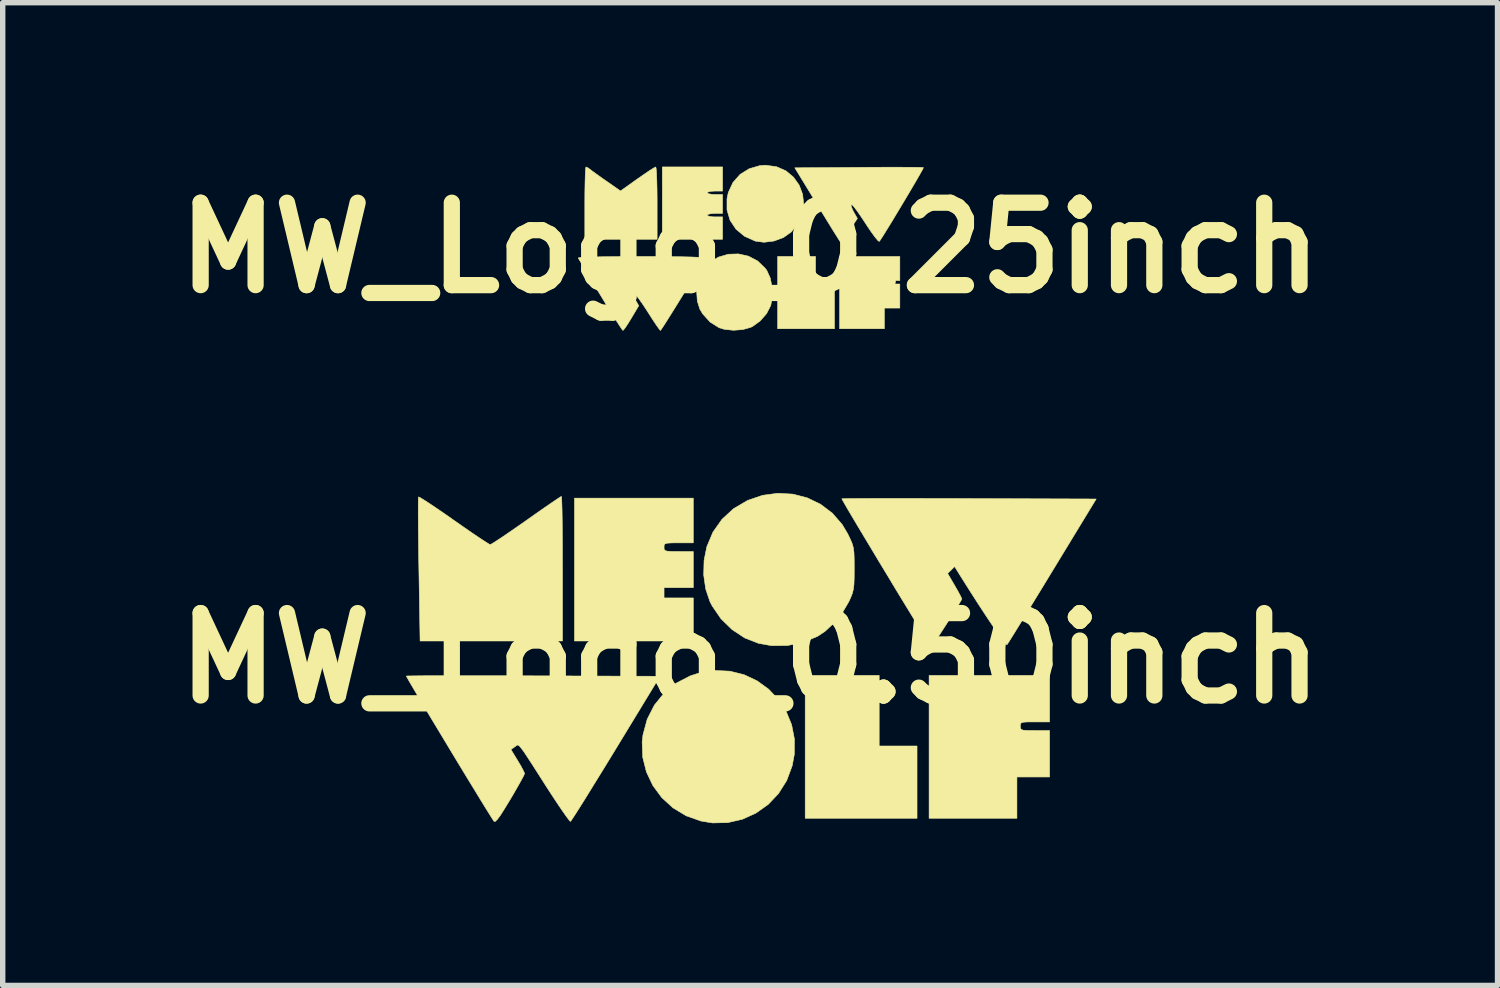
<source format=kicad_pcb>
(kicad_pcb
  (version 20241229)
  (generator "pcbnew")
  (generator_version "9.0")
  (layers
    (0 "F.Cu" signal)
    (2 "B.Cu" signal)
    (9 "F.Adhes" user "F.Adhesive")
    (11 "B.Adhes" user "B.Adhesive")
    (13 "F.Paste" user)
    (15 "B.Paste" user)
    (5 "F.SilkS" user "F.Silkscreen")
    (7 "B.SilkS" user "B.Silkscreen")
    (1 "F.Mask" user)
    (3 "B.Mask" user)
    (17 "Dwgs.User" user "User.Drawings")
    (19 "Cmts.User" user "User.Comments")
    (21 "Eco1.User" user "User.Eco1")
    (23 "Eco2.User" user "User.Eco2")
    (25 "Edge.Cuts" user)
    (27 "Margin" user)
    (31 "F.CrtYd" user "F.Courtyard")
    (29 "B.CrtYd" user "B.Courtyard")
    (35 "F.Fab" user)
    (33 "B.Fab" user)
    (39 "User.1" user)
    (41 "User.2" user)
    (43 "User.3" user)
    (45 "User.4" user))
  (footprint "MW_Logo_0.50inch"
    (layer "F.Cu")
    (at 10.82 9.121)
    (property "Reference" "MW_Logo_0.50inch" (at 0 0 0) (layer "F.SilkS") (effects (font (size 1.524 1.524) (thickness 0.3))))
    (attr through_hole)
    (fp_poly (pts (xy 2.387 1.623) (xy 3.087 1.623) (xy 3.087 2.96) (xy 1.019 2.96) (xy 1.019 0.318) (xy 2.387 0.318) (xy 2.387 1.623)) (stroke (width 0.01) (type solid)) (fill yes) (layer "F.SilkS"))
    (fp_poly (pts (xy 5.538 1.178) (xy 5.268 1.178) (xy 5.137 1.178) (xy 5.057 1.183) (xy 5.015 1.195) (xy 5 1.219) (xy 4.997 1.257) (xy 5 1.296) (xy 5.016 1.319) (xy 5.057 1.332) (xy 5.138 1.336) (xy 5.268 1.337) (xy 5.538 1.337) (xy 5.538 2.196) (xy 4.934 2.196) (xy 4.934 2.96) (xy 3.31 2.96) (xy 3.31 0.318) (xy 5.538 0.318) (xy 5.538 1.178)) (stroke (width 0.01) (type solid)) (fill yes) (layer "F.SilkS"))
    (fp_poly (pts (xy -1.05 -2.133) (xy -1.321 -2.133) (xy -1.452 -2.132) (xy -1.532 -2.127) (xy -1.573 -2.115) (xy -1.589 -2.091) (xy -1.591 -2.053) (xy -1.589 -2.014) (xy -1.573 -1.991) (xy -1.531 -1.979) (xy -1.451 -1.974) (xy -1.321 -1.973) (xy -1.05 -1.973) (xy -1.05 -1.305) (xy -1.591 -1.305) (xy -1.591 -1.114) (xy -1.05 -1.114) (xy -1.05 -0.318) (xy -3.247 -0.318) (xy -3.247 -2.96) (xy -1.05 -2.96) (xy -1.05 -2.133)) (stroke (width 0.01) (type solid)) (fill yes) (layer "F.SilkS"))
    (fp_poly (pts (xy -0.373 0.24) (xy -0.111 0.305) (xy 0.129 0.418) (xy 0.342 0.572) (xy 0.524 0.763) (xy 0.667 0.984) (xy 0.768 1.23) (xy 0.82 1.497) (xy 0.818 1.777) (xy 0.779 1.988) (xy 0.677 2.262) (xy 0.526 2.502) (xy 0.335 2.704) (xy 0.109 2.864) (xy -0.142 2.978) (xy -0.413 3.04) (xy -0.695 3.046) (xy -0.908 3.011) (xy -1.183 2.914) (xy -1.426 2.767) (xy -1.633 2.578) (xy -1.798 2.354) (xy -1.917 2.103) (xy -1.985 1.833) (xy -1.996 1.549) (xy -1.98 1.415) (xy -1.902 1.127) (xy -1.77 0.868) (xy -1.589 0.644) (xy -1.367 0.462) (xy -1.107 0.327) (xy -0.938 0.272) (xy -0.65 0.227) (xy -0.373 0.24)) (stroke (width 0.01) (type solid)) (fill yes) (layer "F.SilkS"))
    (fp_poly (pts (xy -3.485 -2.961) (xy -3.481 -2.873) (xy -3.477 -2.735) (xy -3.474 -2.553) (xy -3.472 -2.333) (xy -3.47 -2.083) (xy -3.47 -1.808) (xy -3.469 -1.655) (xy -3.469 -0.318) (xy -6.102 -0.318) (xy -6.124 -1.642) (xy -6.129 -1.927) (xy -6.132 -2.191) (xy -6.135 -2.428) (xy -6.136 -2.631) (xy -6.136 -2.795) (xy -6.135 -2.911) (xy -6.133 -2.974) (xy -6.131 -2.983) (xy -6.102 -2.97) (xy -6.028 -2.925) (xy -5.916 -2.852) (xy -5.775 -2.757) (xy -5.61 -2.644) (xy -5.477 -2.55) (xy -5.299 -2.426) (xy -5.137 -2.314) (xy -4.999 -2.221) (xy -4.893 -2.152) (xy -4.826 -2.11) (xy -4.805 -2.101) (xy -4.771 -2.118) (xy -4.692 -2.168) (xy -4.577 -2.244) (xy -4.432 -2.343) (xy -4.266 -2.458) (xy -4.14 -2.546) (xy -3.964 -2.67) (xy -3.805 -2.781) (xy -3.671 -2.873) (xy -3.569 -2.942) (xy -3.506 -2.983) (xy -3.489 -2.992) (xy -3.485 -2.961)) (stroke (width 0.01) (type solid)) (fill yes) (layer "F.SilkS"))
    (fp_poly (pts (xy 0.792 -3.034) (xy 1.058 -2.965) (xy 1.304 -2.846) (xy 1.522 -2.681) (xy 1.704 -2.471) (xy 1.806 -2.299) (xy 1.855 -2.197) (xy 1.889 -2.116) (xy 1.91 -2.04) (xy 1.921 -1.953) (xy 1.925 -1.837) (xy 1.926 -1.676) (xy 1.926 -1.657) (xy 1.925 -1.488) (xy 1.921 -1.366) (xy 1.91 -1.276) (xy 1.891 -1.199) (xy 1.86 -1.12) (xy 1.824 -1.042) (xy 1.706 -0.841) (xy 1.554 -0.653) (xy 1.384 -0.495) (xy 1.247 -0.404) (xy 0.98 -0.293) (xy 0.692 -0.235) (xy 0.398 -0.232) (xy 0.159 -0.274) (xy -0.098 -0.374) (xy -0.333 -0.529) (xy -0.538 -0.729) (xy -0.701 -0.967) (xy -0.742 -1.046) (xy -0.821 -1.28) (xy -0.858 -1.541) (xy -0.851 -1.81) (xy -0.8 -2.062) (xy -0.686 -2.333) (xy -0.519 -2.569) (xy -0.306 -2.765) (xy -0.049 -2.916) (xy -0.048 -2.917) (xy 0.231 -3.012) (xy 0.513 -3.05) (xy 0.792 -3.034)) (stroke (width 0.01) (type solid)) (fill yes) (layer "F.SilkS"))
    (fp_poly (pts (xy 2.984 -2.955) (xy 3.323 -2.954) (xy 3.685 -2.954) (xy 4.054 -2.952) (xy 6.4 -2.944) (xy 5.588 -1.61) (xy 5.427 -1.345) (xy 5.275 -1.097) (xy 5.136 -0.87) (xy 5.014 -0.671) (xy 4.911 -0.504) (xy 4.83 -0.374) (xy 4.776 -0.288) (xy 4.751 -0.25) (xy 4.75 -0.249) (xy 4.726 -0.267) (xy 4.672 -0.334) (xy 4.593 -0.444) (xy 4.491 -0.592) (xy 4.371 -0.771) (xy 4.236 -0.977) (xy 4.09 -1.204) (xy 3.937 -1.446) (xy 3.868 -1.556) (xy 3.782 -1.695) (xy 3.718 -1.631) (xy 3.653 -1.567) (xy 3.784 -1.343) (xy 3.845 -1.236) (xy 3.891 -1.15) (xy 3.914 -1.101) (xy 3.915 -1.095) (xy 3.899 -1.063) (xy 3.855 -0.989) (xy 3.791 -0.885) (xy 3.714 -0.761) (xy 3.63 -0.629) (xy 3.546 -0.499) (xy 3.471 -0.383) (xy 3.409 -0.291) (xy 3.37 -0.235) (xy 3.359 -0.223) (xy 3.334 -0.244) (xy 3.318 -0.263) (xy 3.29 -0.304) (xy 3.235 -0.392) (xy 3.155 -0.519) (xy 3.056 -0.68) (xy 2.941 -0.869) (xy 2.813 -1.078) (xy 2.677 -1.302) (xy 2.537 -1.535) (xy 2.395 -1.769) (xy 2.257 -1.999) (xy 2.126 -2.217) (xy 2.005 -2.419) (xy 1.899 -2.597) (xy 1.811 -2.746) (xy 1.746 -2.858) (xy 1.707 -2.927) (xy 1.697 -2.948) (xy 1.73 -2.95) (xy 1.821 -2.952) (xy 1.966 -2.953) (xy 2.16 -2.954) (xy 2.398 -2.955) (xy 2.674 -2.955) (xy 2.984 -2.955)) (stroke (width 0.01) (type solid)) (fill yes) (layer "F.SilkS"))
    (fp_poly (pts (xy -5.069 0.324) (xy -4.73 0.324) (xy -4.368 0.325) (xy -4.005 0.326) (xy -1.666 0.334) (xy -2.48 1.672) (xy -2.642 1.937) (xy -2.794 2.184) (xy -2.933 2.409) (xy -3.055 2.607) (xy -3.159 2.772) (xy -3.24 2.899) (xy -3.295 2.983) (xy -3.32 3.018) (xy -3.322 3.019) (xy -3.345 2.996) (xy -3.398 2.926) (xy -3.475 2.816) (xy -3.571 2.674) (xy -3.681 2.507) (xy -3.773 2.365) (xy -3.917 2.139) (xy -4.031 1.961) (xy -4.119 1.826) (xy -4.184 1.728) (xy -4.232 1.663) (xy -4.265 1.624) (xy -4.289 1.608) (xy -4.308 1.607) (xy -4.325 1.618) (xy -4.346 1.635) (xy -4.352 1.639) (xy -4.422 1.689) (xy -4.296 1.896) (xy -4.235 1.998) (xy -4.191 2.082) (xy -4.17 2.129) (xy -4.17 2.133) (xy -4.185 2.169) (xy -4.228 2.251) (xy -4.293 2.367) (xy -4.374 2.508) (xy -4.435 2.611) (xy -4.541 2.785) (xy -4.619 2.908) (xy -4.676 2.984) (xy -4.713 3.019) (xy -4.734 3.017) (xy -4.762 2.976) (xy -4.817 2.888) (xy -4.897 2.76) (xy -4.996 2.599) (xy -5.111 2.41) (xy -5.239 2.201) (xy -5.375 1.977) (xy -5.516 1.744) (xy -5.657 1.51) (xy -5.795 1.281) (xy -5.927 1.062) (xy -6.047 0.86) (xy -6.154 0.682) (xy -6.241 0.533) (xy -6.307 0.421) (xy -6.346 0.351) (xy -6.356 0.33) (xy -6.323 0.328) (xy -6.232 0.327) (xy -6.086 0.325) (xy -5.892 0.324) (xy -5.655 0.324) (xy -5.379 0.324) (xy -5.069 0.324)) (stroke (width 0.01) (type solid)) (fill yes) (layer "F.SilkS")))
  (footprint "MW_Logo_0.25inch"
    (layer "F.Cu")
    (at 10.82 1.533)
    (property "Reference" "MW_Logo_0.25inch" (at 0 0 0) (layer "F.SilkS") (effects (font (size 1.524 1.524) (thickness 0.3))))
    (attr through_hole)
    (fp_poly (pts (xy 1.21 0.796) (xy 1.56 0.796) (xy 1.56 1.496) (xy 0.509 1.496) (xy 0.509 0.159) (xy 1.21 0.159) (xy 1.21 0.796)) (stroke (width 0.01) (type solid)) (fill yes) (layer "F.SilkS"))
    (fp_poly (pts (xy 2.769 0.605) (xy 2.642 0.605) (xy 2.562 0.612) (xy 2.518 0.629) (xy 2.515 0.637) (xy 2.543 0.657) (xy 2.613 0.668) (xy 2.642 0.668) (xy 2.769 0.668) (xy 2.769 1.114) (xy 2.483 1.114) (xy 2.483 1.496) (xy 1.655 1.496) (xy 1.655 0.159) (xy 2.769 0.159) (xy 2.769 0.605)) (stroke (width 0.01) (type solid)) (fill yes) (layer "F.SilkS"))
    (fp_poly (pts (xy -0.509 -1.05) (xy -0.653 -1.05) (xy -0.738 -1.044) (xy -0.789 -1.028) (xy -0.796 -1.019) (xy -0.767 -1) (xy -0.695 -0.988) (xy -0.653 -0.987) (xy -0.509 -0.987) (xy -0.509 -0.637) (xy -0.653 -0.637) (xy -0.738 -0.63) (xy -0.789 -0.614) (xy -0.796 -0.605) (xy -0.767 -0.586) (xy -0.695 -0.574) (xy -0.653 -0.573) (xy -0.509 -0.573) (xy -0.509 -0.159) (xy -1.623 -0.159) (xy -1.623 -1.496) (xy -0.509 -1.496) (xy -0.509 -1.05)) (stroke (width 0.01) (type solid)) (fill yes) (layer "F.SilkS"))
    (fp_poly (pts (xy 0.489 -1.5) (xy 0.663 -1.424) (xy 0.803 -1.307) (xy 0.907 -1.161) (xy 0.971 -0.992) (xy 0.991 -0.811) (xy 0.964 -0.627) (xy 0.887 -0.45) (xy 0.762 -0.294) (xy 0.617 -0.191) (xy 0.441 -0.126) (xy 0.257 -0.103) (xy 0.095 -0.125) (xy -0.105 -0.215) (xy -0.262 -0.347) (xy -0.371 -0.511) (xy -0.427 -0.701) (xy -0.427 -0.908) (xy -0.403 -1.023) (xy -0.317 -1.208) (xy -0.185 -1.358) (xy -0.015 -1.464) (xy 0.182 -1.521) (xy 0.286 -1.528) (xy 0.489 -1.5)) (stroke (width 0.01) (type solid)) (fill yes) (layer "F.SilkS"))
    (fp_poly (pts (xy -1.737 -1.466) (xy -1.73 -1.381) (xy -1.725 -1.251) (xy -1.721 -1.086) (xy -1.719 -0.894) (xy -1.719 -0.828) (xy -1.719 -0.159) (xy -3.056 -0.159) (xy -3.056 -0.828) (xy -3.055 -1.026) (xy -3.052 -1.201) (xy -3.048 -1.343) (xy -3.043 -1.444) (xy -3.036 -1.493) (xy -3.034 -1.496) (xy -2.995 -1.478) (xy -2.963 -1.454) (xy -2.916 -1.418) (xy -2.83 -1.356) (xy -2.721 -1.278) (xy -2.654 -1.232) (xy -2.396 -1.052) (xy -2.084 -1.274) (xy -1.96 -1.36) (xy -1.856 -1.431) (xy -1.78 -1.478) (xy -1.745 -1.496) (xy -1.745 -1.496) (xy -1.737 -1.466)) (stroke (width 0.01) (type solid)) (fill yes) (layer "F.SilkS"))
    (fp_poly (pts (xy -0.029 0.154) (xy 0.14 0.243) (xy 0.281 0.379) (xy 0.31 0.419) (xy 0.373 0.559) (xy 0.407 0.731) (xy 0.411 0.91) (xy 0.382 1.066) (xy 0.305 1.216) (xy 0.185 1.353) (xy 0.043 1.455) (xy 0.016 1.468) (xy -0.133 1.511) (xy -0.306 1.524) (xy -0.474 1.507) (xy -0.573 1.477) (xy -0.74 1.372) (xy -0.878 1.219) (xy -0.929 1.133) (xy -0.976 0.983) (xy -0.988 0.807) (xy -0.966 0.626) (xy -0.91 0.467) (xy -0.884 0.421) (xy -0.751 0.272) (xy -0.587 0.172) (xy -0.404 0.118) (xy -0.215 0.112) (xy -0.029 0.154)) (stroke (width 0.01) (type solid)) (fill yes) (layer "F.SilkS"))
    (fp_poly (pts (xy 2.93 -1.49) (xy 3.073 -1.489) (xy 3.167 -1.487) (xy 3.205 -1.484) (xy 3.205 -1.484) (xy 3.193 -1.456) (xy 3.152 -1.382) (xy 3.089 -1.271) (xy 3.008 -1.133) (xy 2.916 -0.977) (xy 2.817 -0.811) (xy 2.717 -0.645) (xy 2.622 -0.487) (xy 2.535 -0.346) (xy 2.464 -0.231) (xy 2.413 -0.152) (xy 2.389 -0.118) (xy 2.364 -0.134) (xy 2.313 -0.195) (xy 2.242 -0.292) (xy 2.158 -0.416) (xy 2.131 -0.458) (xy 2.044 -0.59) (xy 1.968 -0.698) (xy 1.909 -0.773) (xy 1.875 -0.807) (xy 1.871 -0.807) (xy 1.869 -0.773) (xy 1.895 -0.704) (xy 1.914 -0.667) (xy 1.984 -0.543) (xy 1.835 -0.319) (xy 1.767 -0.218) (xy 1.713 -0.14) (xy 1.682 -0.099) (xy 1.679 -0.095) (xy 1.661 -0.121) (xy 1.614 -0.195) (xy 1.543 -0.308) (xy 1.453 -0.454) (xy 1.348 -0.625) (xy 1.249 -0.788) (xy 0.827 -1.48) (xy 2.01 -1.488) (xy 2.278 -1.49) (xy 2.525 -1.491) (xy 2.745 -1.491) (xy 2.93 -1.49)) (stroke (width 0.01) (type solid)) (fill yes) (layer "F.SilkS"))
    (fp_poly (pts (xy -1.732 0.16) (xy -1.483 0.162) (xy -1.265 0.165) (xy -1.084 0.169) (xy -0.948 0.175) (xy -0.862 0.18) (xy -0.833 0.187) (xy -0.833 0.187) (xy -0.855 0.229) (xy -0.904 0.313) (xy -0.974 0.432) (xy -1.06 0.574) (xy -1.157 0.733) (xy -1.258 0.898) (xy -1.359 1.061) (xy -1.453 1.212) (xy -1.536 1.344) (xy -1.601 1.446) (xy -1.644 1.51) (xy -1.658 1.528) (xy -1.681 1.502) (xy -1.73 1.433) (xy -1.799 1.33) (xy -1.881 1.202) (xy -1.896 1.178) (xy -1.982 1.047) (xy -2.058 0.939) (xy -2.118 0.863) (xy -2.154 0.829) (xy -2.157 0.828) (xy -2.173 0.849) (xy -2.148 0.914) (xy -2.128 0.949) (xy -2.059 1.07) (xy -2.195 1.299) (xy -2.259 1.403) (xy -2.312 1.483) (xy -2.346 1.524) (xy -2.351 1.527) (xy -2.373 1.501) (xy -2.422 1.427) (xy -2.495 1.314) (xy -2.586 1.169) (xy -2.691 0.999) (xy -2.769 0.87) (xy -2.881 0.686) (xy -2.981 0.52) (xy -3.066 0.379) (xy -3.129 0.271) (xy -3.168 0.204) (xy -3.178 0.187) (xy -3.149 0.18) (xy -3.064 0.175) (xy -2.929 0.17) (xy -2.75 0.165) (xy -2.534 0.162) (xy -2.288 0.16) (xy -2.018 0.159) (xy -2.005 0.159) (xy -1.732 0.16)) (stroke (width 0.01) (type solid)) (fill yes) (layer "F.SilkS")))
  (gr_rect
    (start -3 -3)
    (end 24.641 15.172)
    (stroke (width 0.1) (type default))
    (fill no)
    (layer "Edge.Cuts")))
</source>
